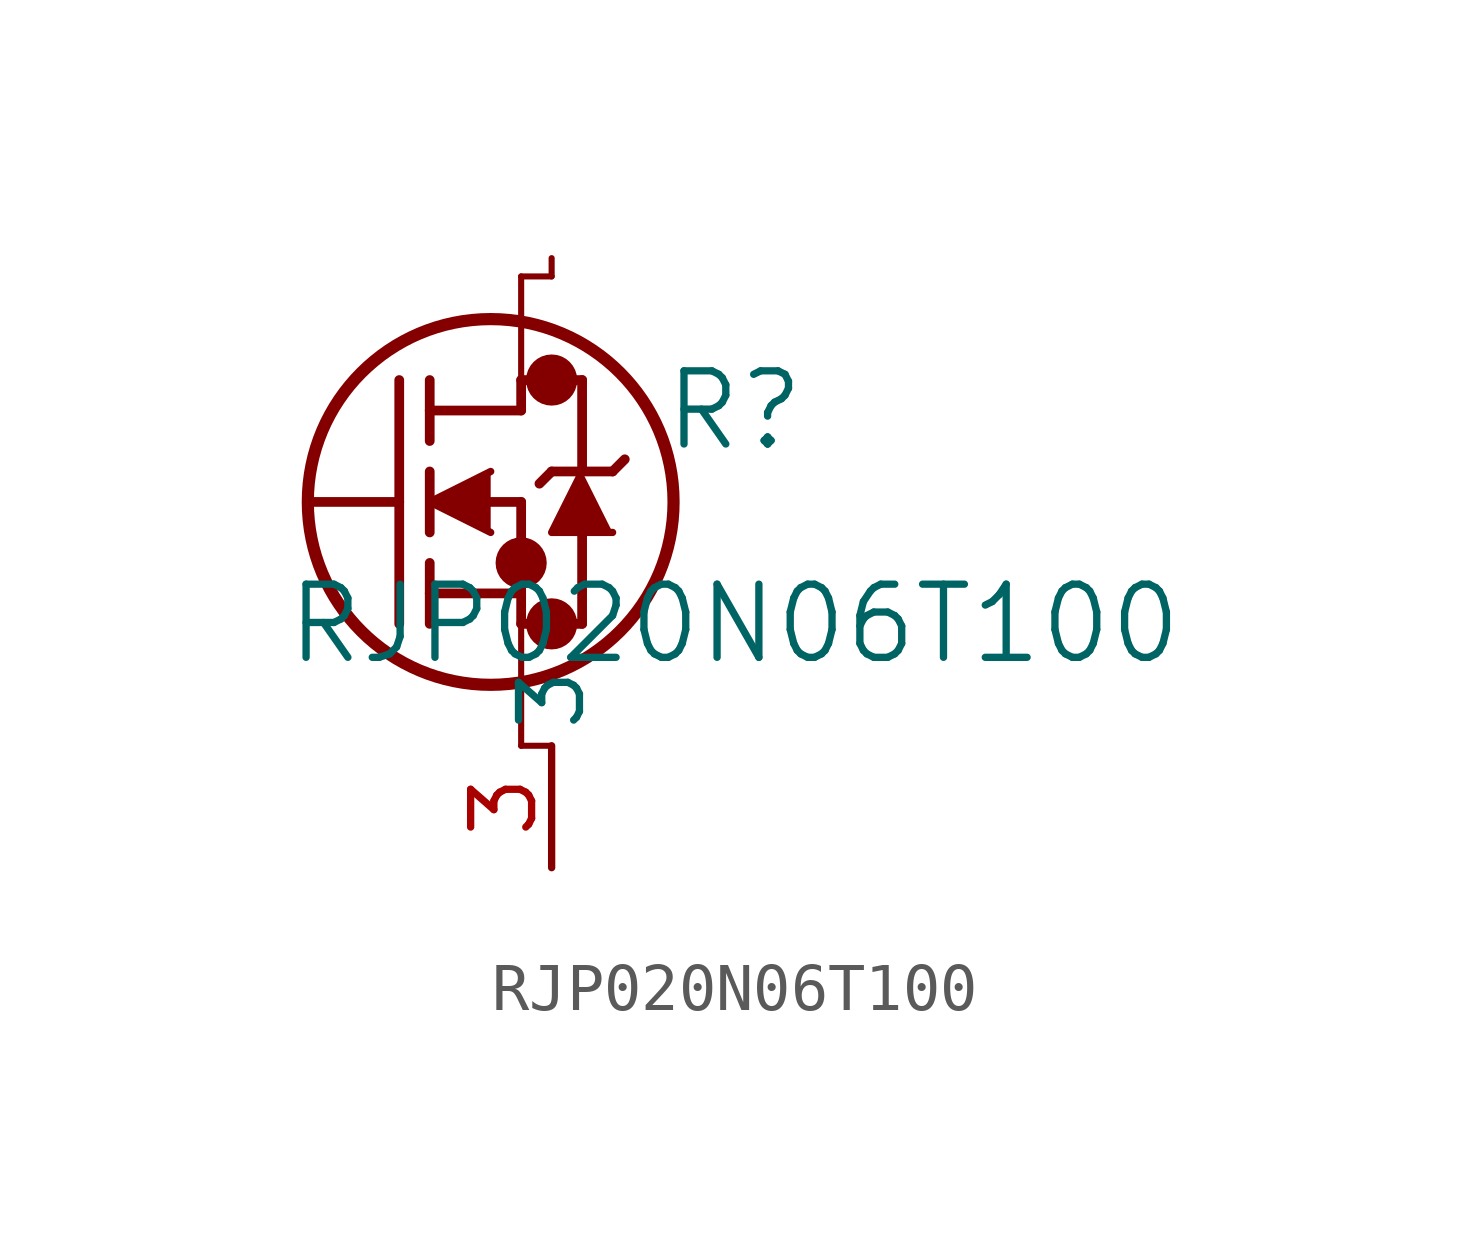
<source format=kicad_sym>
(kicad_symbol_lib
  (version 20211014)
  (generator kicad_symbol_editor)
  (symbol "RJP020N06T100"
    (pin_names
      (offset 0.254))
    (property "Reference" "R"
      (at 11.43 1.905 0)
      (effects (font (size 1.524 1.524))))
    (property "Value" "RJP020N06T100"
      (at 11.43 -2.54 0)
      (effects (font (size 1.524 1.524))))
    (symbol "RJP020N06T100_0_1"
      (circle (center 7.62 2.54) (radius 0.025) (stroke (width 0.508) (type default) (color 0 0 0 0)) (fill (type none)))
      (circle (center 7.62 -2.54) (radius 0.025) (stroke (width 0.508) (type default) (color 0 0 0 0)) (fill (type none)))
      (circle (center 6.985 -1.27) (radius 0.025) (stroke (width 0.508) (type default) (color 0 0 0 0)) (fill (type none)))
      (circle (center 6.35 0) (radius 3.81) (stroke (width 0.254) (type default) (color 0 0 0 0)) (fill (type none)))
      (polyline (pts (xy 2.54 0) (xy 4.445 0)) (stroke (width 0.203) (type default) (color 0 0 0 0)) (fill (type none)))
      (polyline (pts (xy 4.445 -2.54) (xy 4.445 2.54)) (stroke (width 0.203) (type default) (color 0 0 0 0)) (fill (type none)))
      (polyline (pts (xy 5.08 -0.635) (xy 5.08 0.635)) (stroke (width 0.203) (type default) (color 0 0 0 0)) (fill (type none)))
      (polyline (pts (xy 5.08 -2.54) (xy 5.08 -1.27)) (stroke (width 0.203) (type default) (color 0 0 0 0)) (fill (type none)))
      (polyline (pts (xy 5.08 1.27) (xy 5.08 2.54)) (stroke (width 0.203) (type default) (color 0 0 0 0)) (fill (type none)))
      (polyline (pts (xy 6.35 0) (xy 6.985 0)) (stroke (width 0.203) (type default) (color 0 0 0 0)) (fill (type none)))
      (polyline (pts (xy 5.08 -1.905) (xy 6.985 -1.905)) (stroke (width 0.203) (type default) (color 0 0 0 0)) (fill (type none)))
      (polyline (pts (xy 6.985 -2.54) (xy 6.985 0)) (stroke (width 0.203) (type default) (color 0 0 0 0)) (fill (type none)))
      (polyline (pts (xy 6.985 -2.54) (xy 8.255 -2.54)) (stroke (width 0.203) (type default) (color 0 0 0 0)) (fill (type none)))
      (polyline (pts (xy 5.08 1.905) (xy 6.985 1.905)) (stroke (width 0.203) (type default) (color 0 0 0 0)) (fill (type none)))
      (polyline (pts (xy 8.255 0.635) (xy 8.255 2.54)) (stroke (width 0.203) (type default) (color 0 0 0 0)) (fill (type none)))
      (polyline (pts (xy 6.35 0.635) (xy 5.08 0) (xy 6.35 -0.635)) (stroke (width 0) (type default) (color 0 0 0 0)) (fill (type outline)))
      (polyline (pts (xy 8.89 -0.635) (xy 7.62 -0.635) (xy 8.255 0.635)) (stroke (width 0) (type default) (color 0 0 0 0)) (fill (type outline)))
      (polyline (pts (xy 8.255 -2.54) (xy 8.255 -0.635)) (stroke (width 0.203) (type default) (color 0 0 0 0)) (fill (type none)))
      (polyline (pts (xy 9.144 0.889) (xy 8.89 0.635)) (stroke (width 0.203) (type default) (color 0 0 0 0)) (fill (type none)))
      (polyline (pts (xy 8.89 0.635) (xy 7.62 0.635)) (stroke (width 0.203) (type default) (color 0 0 0 0)) (fill (type none)))
      (polyline (pts (xy 7.62 0.635) (xy 7.366 0.381)) (stroke (width 0.203) (type default) (color 0 0 0 0)) (fill (type none)))
      (polyline (pts (xy 6.985 2.54) (xy 8.255 2.54)) (stroke (width 0.203) (type default) (color 0 0 0 0)) (fill (type none)))
      (polyline (pts (xy 6.985 1.905) (xy 6.985 2.54)) (stroke (width 0.203) (type default) (color 0 0 0 0)) (fill (type none)))
      (polyline (pts (xy 6.985 -2.54) (xy 6.985 -5.08)) (stroke (width 0.127) (type default) (color 0 0 0 0)) (fill (type none)))
      (polyline (pts (xy 6.985 -5.08) (xy 7.62 -5.08)) (stroke (width 0.127) (type default) (color 0 0 0 0)) (fill (type none)))
      (polyline (pts (xy 6.985 2.54) (xy 6.985 4.699)) (stroke (width 0.127) (type default) (color 0 0 0 0)) (fill (type none)))
      (polyline (pts (xy 6.985 4.699) (xy 7.62 4.699)) (stroke (width 0.127) (type default) (color 0 0 0 0)) (fill (type none)))
      (polyline (pts (xy 7.62 4.699) (xy 7.62 5.08)) (stroke (width 0.127) (type default) (color 0 0 0 0)) (fill (type none)))
      (pin unspecified line (at 7.62 -7.62 90) (length 2.54) (name "3" (effects (font (size 1.27 1.27)))) (number "3" (effects (font (size 1.27 1.27))))))))
</source>
